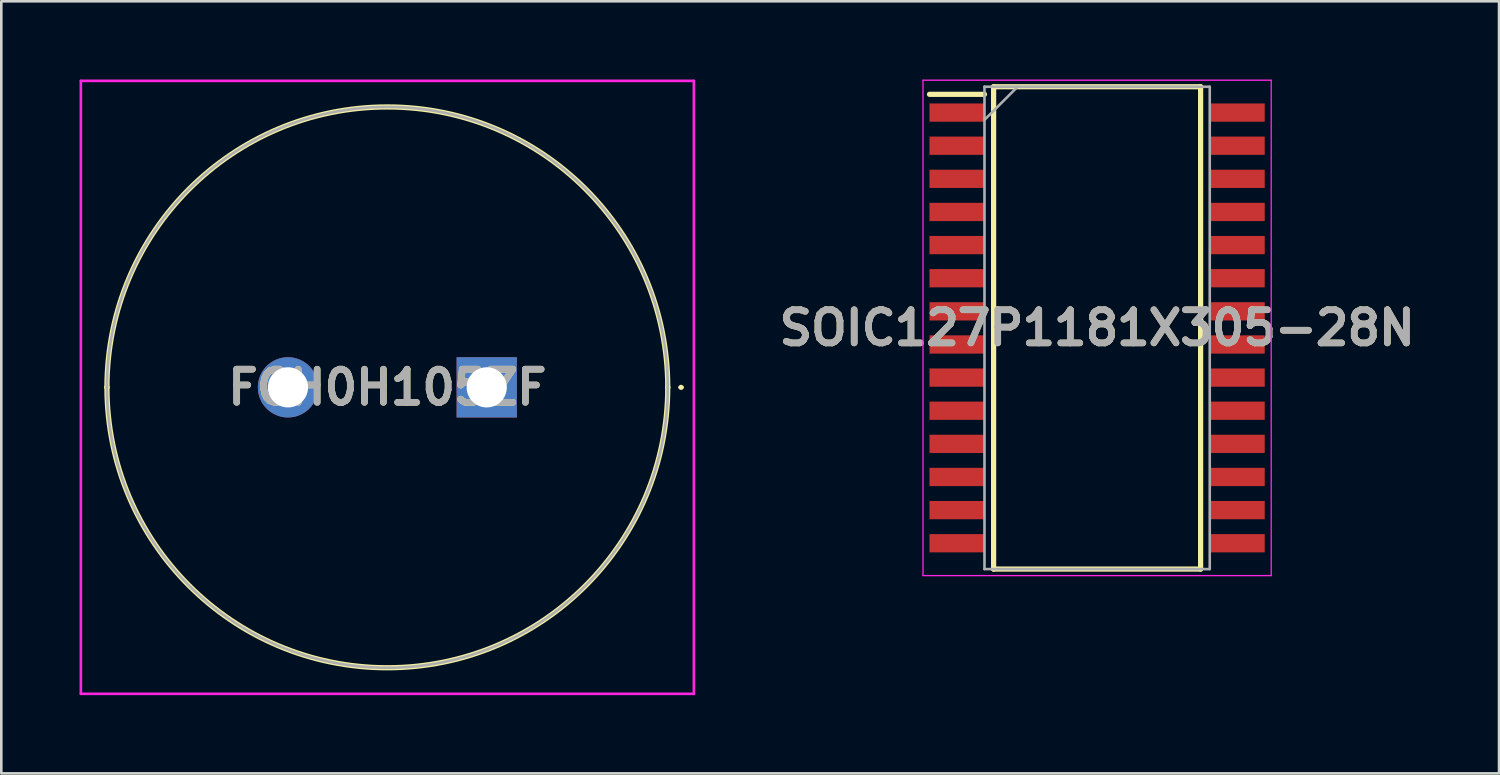
<source format=kicad_pcb>
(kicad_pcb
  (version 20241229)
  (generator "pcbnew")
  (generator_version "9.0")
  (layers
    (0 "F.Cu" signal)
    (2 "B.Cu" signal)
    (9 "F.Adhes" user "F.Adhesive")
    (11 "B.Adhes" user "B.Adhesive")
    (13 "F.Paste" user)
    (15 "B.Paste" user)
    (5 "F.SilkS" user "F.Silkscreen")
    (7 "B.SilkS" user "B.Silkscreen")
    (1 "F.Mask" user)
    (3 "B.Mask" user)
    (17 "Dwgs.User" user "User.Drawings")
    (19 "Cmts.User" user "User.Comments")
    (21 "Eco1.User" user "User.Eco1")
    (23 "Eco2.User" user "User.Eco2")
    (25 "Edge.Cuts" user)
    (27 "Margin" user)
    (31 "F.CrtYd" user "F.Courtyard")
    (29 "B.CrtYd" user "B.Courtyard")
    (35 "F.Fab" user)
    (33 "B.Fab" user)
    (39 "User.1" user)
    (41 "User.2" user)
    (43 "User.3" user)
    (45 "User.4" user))
  (footprint "FGH0H105ZF"
    (layer "F.Cu")
    (at 15.61 11.8)
    (property "Reference" "FGH0H105ZF" (at -3.81 0 0) (layer "F.SilkS") (effects (font (size 1.27 1.27) (thickness 0.254))))
    (attr through_hole)
    (fp_line (start -14.56 0) (end -14.56 0) (stroke (width 0.2) (type solid)) (layer "F.SilkS"))
    (fp_line (start 6.94 0) (end 6.94 0) (stroke (width 0.2) (type solid)) (layer "F.SilkS"))
    (fp_line (start 7.4 0) (end 7.4 0) (stroke (width 0.1) (type solid)) (layer "F.SilkS"))
    (fp_line (start 7.5 0) (end 7.5 0) (stroke (width 0.1) (type solid)) (layer "F.SilkS"))
    (fp_arc (start -14.56 0) (mid -3.81 -10.75) (end 6.94 0) (stroke (width 0.2) (type solid)) (layer "F.SilkS"))
    (fp_arc (start 6.94 0) (mid -3.81 10.75) (end -14.56 0) (stroke (width 0.2) (type solid)) (layer "F.SilkS"))
    (fp_arc (start 7.4 0) (mid 7.45 -0.05) (end 7.5 0) (stroke (width 0.1) (type solid)) (layer "F.SilkS"))
    (fp_arc (start 7.5 0) (mid 7.45 0.05) (end 7.4 0) (stroke (width 0.1) (type solid)) (layer "F.SilkS"))
    (fp_line (start -15.56 -11.75) (end 7.94 -11.75) (stroke (width 0.1) (type solid)) (layer "F.CrtYd"))
    (fp_line (start -15.56 11.75) (end -15.56 -11.75) (stroke (width 0.1) (type solid)) (layer "F.CrtYd"))
    (fp_line (start 7.94 -11.75) (end 7.94 11.75) (stroke (width 0.1) (type solid)) (layer "F.CrtYd"))
    (fp_line (start 7.94 11.75) (end -15.56 11.75) (stroke (width 0.1) (type solid)) (layer "F.CrtYd"))
    (fp_line (start -14.56 0) (end -14.56 0) (stroke (width 0.1) (type solid)) (layer "F.Fab"))
    (fp_line (start 6.94 0) (end 6.94 0) (stroke (width 0.1) (type solid)) (layer "F.Fab"))
    (fp_arc (start -14.56 0) (mid -3.81 -10.75) (end 6.94 0) (stroke (width 0.1) (type solid)) (layer "F.Fab"))
    (fp_arc (start 6.94 0) (mid -3.81 10.75) (end -14.56 0) (stroke (width 0.1) (type solid)) (layer "F.Fab"))
    (fp_text user "${REFERENCE}" (at -3.81 0 0) (layer "F.Fab") (effects (font (size 1.27 1.27) (thickness 0.254))))
    (pad "1" thru_hole rect (at 0 0) (size 2.31 2.31) (drill 1.54) (layers "*.Cu" "*.Mask"))
    (pad "2" thru_hole circle (at -7.62 0) (size 2.31 2.31) (drill 1.54) (layers "*.Cu" "*.Mask")))
  (footprint "SOIC127P1181X305-28N"
    (layer "F.Cu")
    (at 39.01 9.521)
    (property "Reference" "SOIC127P1181X305-28N" (at 0 0 0) (layer "F.SilkS") (effects (font (size 1.27 1.27) (thickness 0.254))))
    (attr smd)
    (fp_line (start -6.425 -8.955) (end -4.318 -8.955) (stroke (width 0.2) (type solid)) (layer "F.SilkS"))
    (fp_line (start -3.968 -9.246) (end 3.968 -9.246) (stroke (width 0.2) (type solid)) (layer "F.SilkS"))
    (fp_line (start -3.968 9.246) (end -3.968 -9.246) (stroke (width 0.2) (type solid)) (layer "F.SilkS"))
    (fp_line (start 3.968 -9.246) (end 3.968 9.246) (stroke (width 0.2) (type solid)) (layer "F.SilkS"))
    (fp_line (start 3.968 9.246) (end -3.968 9.246) (stroke (width 0.2) (type solid)) (layer "F.SilkS"))
    (fp_line (start -6.675 -9.496) (end 6.675 -9.496) (stroke (width 0.05) (type solid)) (layer "F.CrtYd"))
    (fp_line (start -6.675 9.496) (end -6.675 -9.496) (stroke (width 0.05) (type solid)) (layer "F.CrtYd"))
    (fp_line (start 6.675 -9.496) (end 6.675 9.496) (stroke (width 0.05) (type solid)) (layer "F.CrtYd"))
    (fp_line (start 6.675 9.496) (end -6.675 9.496) (stroke (width 0.05) (type solid)) (layer "F.CrtYd"))
    (fp_line (start -4.318 -9.246) (end 4.318 -9.246) (stroke (width 0.1) (type solid)) (layer "F.Fab"))
    (fp_line (start -4.318 -7.976) (end -3.048 -9.246) (stroke (width 0.1) (type solid)) (layer "F.Fab"))
    (fp_line (start -4.318 9.246) (end -4.318 -9.246) (stroke (width 0.1) (type solid)) (layer "F.Fab"))
    (fp_line (start 4.318 -9.246) (end 4.318 9.246) (stroke (width 0.1) (type solid)) (layer "F.Fab"))
    (fp_line (start 4.318 9.246) (end -4.318 9.246) (stroke (width 0.1) (type solid)) (layer "F.Fab"))
    (fp_text user "${REFERENCE}" (at 0 0 0) (layer "F.Fab") (effects (font (size 1.27 1.27) (thickness 0.254))))
    (pad "1" smd rect (at -5.372 -8.255 90) (size 0.7 2.107) (layers "F.Cu" "F.Mask" "F.Paste"))
    (pad "2" smd rect (at -5.372 -6.985 90) (size 0.7 2.107) (layers "F.Cu" "F.Mask" "F.Paste"))
    (pad "3" smd rect (at -5.372 -5.715 90) (size 0.7 2.107) (layers "F.Cu" "F.Mask" "F.Paste"))
    (pad "4" smd rect (at -5.372 -4.445 90) (size 0.7 2.107) (layers "F.Cu" "F.Mask" "F.Paste"))
    (pad "5" smd rect (at -5.372 -3.175 90) (size 0.7 2.107) (layers "F.Cu" "F.Mask" "F.Paste"))
    (pad "6" smd rect (at -5.372 -1.905 90) (size 0.7 2.107) (layers "F.Cu" "F.Mask" "F.Paste"))
    (pad "7" smd rect (at -5.372 -0.635 90) (size 0.7 2.107) (layers "F.Cu" "F.Mask" "F.Paste"))
    (pad "8" smd rect (at -5.372 0.635 90) (size 0.7 2.107) (layers "F.Cu" "F.Mask" "F.Paste"))
    (pad "9" smd rect (at -5.372 1.905 90) (size 0.7 2.107) (layers "F.Cu" "F.Mask" "F.Paste"))
    (pad "10" smd rect (at -5.372 3.175 90) (size 0.7 2.107) (layers "F.Cu" "F.Mask" "F.Paste"))
    (pad "11" smd rect (at -5.372 4.445 90) (size 0.7 2.107) (layers "F.Cu" "F.Mask" "F.Paste"))
    (pad "12" smd rect (at -5.372 5.715 90) (size 0.7 2.107) (layers "F.Cu" "F.Mask" "F.Paste"))
    (pad "13" smd rect (at -5.372 6.985 90) (size 0.7 2.107) (layers "F.Cu" "F.Mask" "F.Paste"))
    (pad "14" smd rect (at -5.372 8.255 90) (size 0.7 2.107) (layers "F.Cu" "F.Mask" "F.Paste"))
    (pad "15" smd rect (at 5.372 8.255 90) (size 0.7 2.107) (layers "F.Cu" "F.Mask" "F.Paste"))
    (pad "16" smd rect (at 5.372 6.985 90) (size 0.7 2.107) (layers "F.Cu" "F.Mask" "F.Paste"))
    (pad "17" smd rect (at 5.372 5.715 90) (size 0.7 2.107) (layers "F.Cu" "F.Mask" "F.Paste"))
    (pad "18" smd rect (at 5.372 4.445 90) (size 0.7 2.107) (layers "F.Cu" "F.Mask" "F.Paste"))
    (pad "19" smd rect (at 5.372 3.175 90) (size 0.7 2.107) (layers "F.Cu" "F.Mask" "F.Paste"))
    (pad "20" smd rect (at 5.372 1.905 90) (size 0.7 2.107) (layers "F.Cu" "F.Mask" "F.Paste"))
    (pad "21" smd rect (at 5.372 0.635 90) (size 0.7 2.107) (layers "F.Cu" "F.Mask" "F.Paste"))
    (pad "22" smd rect (at 5.372 -0.635 90) (size 0.7 2.107) (layers "F.Cu" "F.Mask" "F.Paste"))
    (pad "23" smd rect (at 5.372 -1.905 90) (size 0.7 2.107) (layers "F.Cu" "F.Mask" "F.Paste"))
    (pad "24" smd rect (at 5.372 -3.175 90) (size 0.7 2.107) (layers "F.Cu" "F.Mask" "F.Paste"))
    (pad "25" smd rect (at 5.372 -4.445 90) (size 0.7 2.107) (layers "F.Cu" "F.Mask" "F.Paste"))
    (pad "26" smd rect (at 5.372 -5.715 90) (size 0.7 2.107) (layers "F.Cu" "F.Mask" "F.Paste"))
    (pad "27" smd rect (at 5.372 -6.985 90) (size 0.7 2.107) (layers "F.Cu" "F.Mask" "F.Paste"))
    (pad "28" smd rect (at 5.372 -8.255 90) (size 0.7 2.107) (layers "F.Cu" "F.Mask" "F.Paste")))
  (gr_rect
    (start -3 -3)
    (end 54.419 26.6)
    (stroke (width 0.1) (type default))
    (fill no)
    (layer "Edge.Cuts")))
</source>
